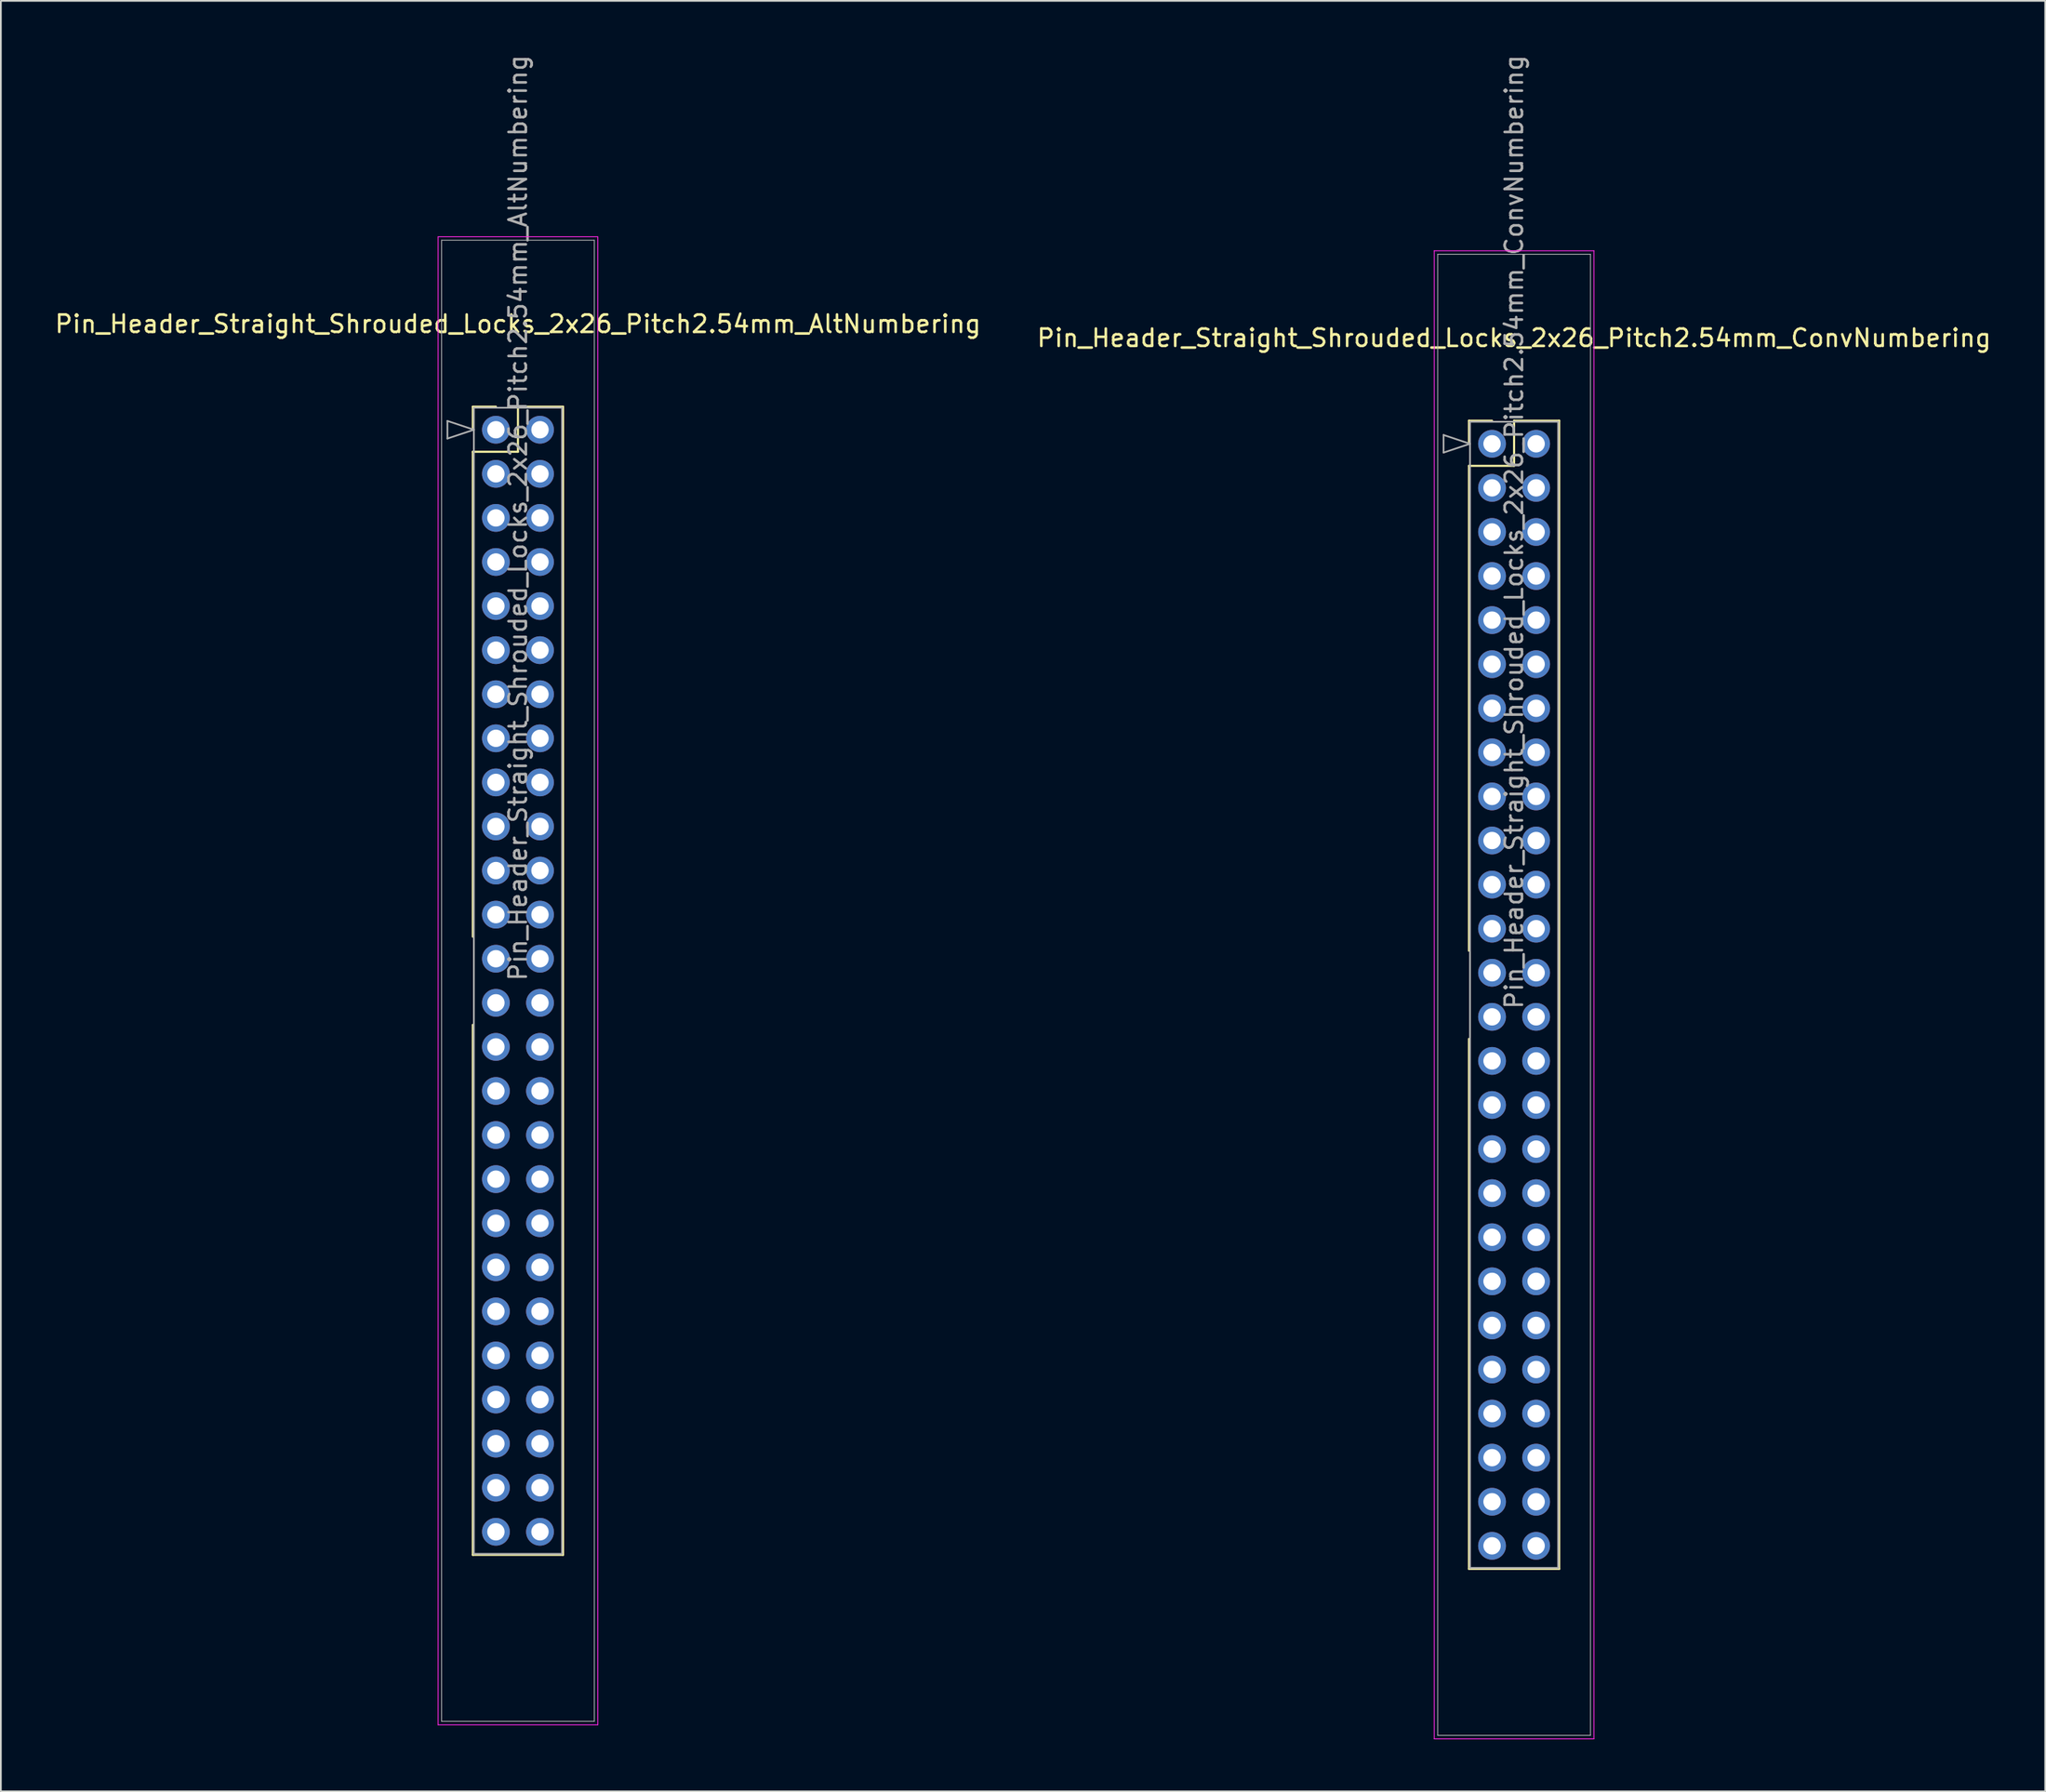
<source format=kicad_pcb>
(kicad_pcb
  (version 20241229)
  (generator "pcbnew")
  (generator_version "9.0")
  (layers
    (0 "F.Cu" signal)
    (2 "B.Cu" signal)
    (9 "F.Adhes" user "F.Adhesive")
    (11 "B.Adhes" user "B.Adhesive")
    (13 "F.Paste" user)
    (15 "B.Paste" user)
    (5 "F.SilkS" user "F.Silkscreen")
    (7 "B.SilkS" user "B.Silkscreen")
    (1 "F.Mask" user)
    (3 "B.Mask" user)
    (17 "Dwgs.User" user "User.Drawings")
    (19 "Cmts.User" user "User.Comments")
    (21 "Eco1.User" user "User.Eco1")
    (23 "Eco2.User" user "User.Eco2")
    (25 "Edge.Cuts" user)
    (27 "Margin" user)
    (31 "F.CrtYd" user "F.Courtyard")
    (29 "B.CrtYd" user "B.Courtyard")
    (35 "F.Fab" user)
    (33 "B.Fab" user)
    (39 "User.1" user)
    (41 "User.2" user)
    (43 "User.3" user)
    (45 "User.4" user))
  (footprint "Pin_Header_Straight_Shrouded_Locks_2x26_Pitch2.54mm_AltNumbering"
    (layer "F.Cu")
    (at 25.522 21.712)
    (property "Reference" "Pin_Header_Straight_Shrouded_Locks_2x26_Pitch2.54mm_AltNumbering" (at 1.27 -6.096 0) (layer "F.SilkS") (effects (font (size 1 1) (thickness 0.15))))
    (attr through_hole)
    (fp_line (start -1.33 -1.33) (end 0 -1.33) (stroke (width 0.12) (type solid)) (layer "F.SilkS"))
    (fp_line (start -1.33 0) (end -1.33 -1.33) (stroke (width 0.12) (type solid)) (layer "F.SilkS"))
    (fp_line (start -1.33 1.27) (end -1.33 29.21) (stroke (width 0.12) (type solid)) (layer "F.SilkS"))
    (fp_line (start -1.33 1.27) (end 1.27 1.27) (stroke (width 0.12) (type solid)) (layer "F.SilkS"))
    (fp_line (start -1.33 34.29) (end -1.33 64.83) (stroke (width 0.12) (type solid)) (layer "F.SilkS"))
    (fp_line (start -1.33 64.83) (end 3.87 64.83) (stroke (width 0.12) (type solid)) (layer "F.SilkS"))
    (fp_line (start 1.27 -1.33) (end 3.87 -1.33) (stroke (width 0.12) (type solid)) (layer "F.SilkS"))
    (fp_line (start 1.27 1.27) (end 1.27 -1.33) (stroke (width 0.12) (type solid)) (layer "F.SilkS"))
    (fp_line (start 3.87 -1.33) (end 3.87 64.83) (stroke (width 0.12) (type solid)) (layer "F.SilkS"))
    (fp_line (start -3.33 -11.12) (end -3.33 74.62) (stroke (width 0.05) (type solid)) (layer "F.CrtYd"))
    (fp_line (start -3.33 74.62) (end 5.87 74.62) (stroke (width 0.05) (type solid)) (layer "F.CrtYd"))
    (fp_line (start 5.87 -11.12) (end -3.33 -11.12) (stroke (width 0.05) (type solid)) (layer "F.CrtYd"))
    (fp_line (start 5.87 74.62) (end 5.87 -11.12) (stroke (width 0.05) (type solid)) (layer "F.CrtYd"))
    (fp_line (start -3.13 -10.92) (end -3.13 74.42) (stroke (width 0.05) (type solid)) (layer "F.Fab"))
    (fp_line (start -3.13 74.42) (end 5.67 74.42) (stroke (width 0.05) (type solid)) (layer "F.Fab"))
    (fp_line (start -2.794 -0.508) (end -1.27 0) (stroke (width 0.1) (type solid)) (layer "F.Fab"))
    (fp_line (start -2.794 0.508) (end -2.794 -0.508) (stroke (width 0.1) (type solid)) (layer "F.Fab"))
    (fp_line (start -1.27 -1.27) (end -1.27 64.77) (stroke (width 0.1) (type solid)) (layer "F.Fab"))
    (fp_line (start -1.27 0) (end -2.794 0.508) (stroke (width 0.1) (type solid)) (layer "F.Fab"))
    (fp_line (start -1.27 64.77) (end 3.81 64.77) (stroke (width 0.1) (type solid)) (layer "F.Fab"))
    (fp_line (start 3.81 -1.27) (end -1.27 -1.27) (stroke (width 0.1) (type solid)) (layer "F.Fab"))
    (fp_line (start 3.81 64.77) (end 3.81 -1.27) (stroke (width 0.1) (type solid)) (layer "F.Fab"))
    (fp_line (start 5.67 -10.92) (end -3.13 -10.92) (stroke (width 0.05) (type solid)) (layer "F.Fab"))
    (fp_line (start 5.67 74.42) (end 5.67 -10.92) (stroke (width 0.05) (type solid)) (layer "F.Fab"))
    (fp_text user "${REFERENCE}" (at 1.27 5.08 90) (layer "F.Fab") (effects (font (size 1 1) (thickness 0.15))))
    (pad "1" thru_hole oval (at 0 0) (size 1.6 1.6) (drill 1) (layers "*.Cu" "*.Mask"))
    (pad "2" thru_hole oval (at 0 2.54) (size 1.6 1.6) (drill 1) (layers "*.Cu" "*.Mask"))
    (pad "3" thru_hole oval (at 0 5.08) (size 1.6 1.6) (drill 1) (layers "*.Cu" "*.Mask"))
    (pad "4" thru_hole oval (at 0 7.62) (size 1.6 1.6) (drill 1) (layers "*.Cu" "*.Mask"))
    (pad "5" thru_hole oval (at 0 10.16) (size 1.6 1.6) (drill 1) (layers "*.Cu" "*.Mask"))
    (pad "6" thru_hole oval (at 0 12.7) (size 1.6 1.6) (drill 1) (layers "*.Cu" "*.Mask"))
    (pad "7" thru_hole oval (at 0 15.24) (size 1.6 1.6) (drill 1) (layers "*.Cu" "*.Mask"))
    (pad "8" thru_hole oval (at 0 17.78) (size 1.6 1.6) (drill 1) (layers "*.Cu" "*.Mask"))
    (pad "9" thru_hole oval (at 0 20.32) (size 1.6 1.6) (drill 1) (layers "*.Cu" "*.Mask"))
    (pad "10" thru_hole oval (at 0 22.86) (size 1.6 1.6) (drill 1) (layers "*.Cu" "*.Mask"))
    (pad "11" thru_hole oval (at 0 25.4) (size 1.6 1.6) (drill 1) (layers "*.Cu" "*.Mask"))
    (pad "12" thru_hole oval (at 0 27.94) (size 1.6 1.6) (drill 1) (layers "*.Cu" "*.Mask"))
    (pad "13" thru_hole oval (at 0 30.48) (size 1.6 1.6) (drill 1) (layers "*.Cu" "*.Mask"))
    (pad "14" thru_hole oval (at 0 33.02) (size 1.6 1.6) (drill 1) (layers "*.Cu" "*.Mask"))
    (pad "15" thru_hole oval (at 0 35.56) (size 1.6 1.6) (drill 1) (layers "*.Cu" "*.Mask"))
    (pad "16" thru_hole oval (at 0 38.1) (size 1.6 1.6) (drill 1) (layers "*.Cu" "*.Mask"))
    (pad "17" thru_hole oval (at 0 40.64) (size 1.6 1.6) (drill 1) (layers "*.Cu" "*.Mask"))
    (pad "18" thru_hole oval (at 0 43.18) (size 1.6 1.6) (drill 1) (layers "*.Cu" "*.Mask"))
    (pad "19" thru_hole oval (at 0 45.72) (size 1.6 1.6) (drill 1) (layers "*.Cu" "*.Mask"))
    (pad "20" thru_hole oval (at 0 48.26) (size 1.6 1.6) (drill 1) (layers "*.Cu" "*.Mask"))
    (pad "21" thru_hole oval (at 0 50.8) (size 1.6 1.6) (drill 1) (layers "*.Cu" "*.Mask"))
    (pad "22" thru_hole oval (at 0 53.34) (size 1.6 1.6) (drill 1) (layers "*.Cu" "*.Mask"))
    (pad "23" thru_hole oval (at 0 55.88) (size 1.6 1.6) (drill 1) (layers "*.Cu" "*.Mask"))
    (pad "24" thru_hole oval (at 0 58.42) (size 1.6 1.6) (drill 1) (layers "*.Cu" "*.Mask"))
    (pad "25" thru_hole oval (at 0 60.96) (size 1.6 1.6) (drill 1) (layers "*.Cu" "*.Mask"))
    (pad "26" thru_hole oval (at 0 63.5) (size 1.6 1.6) (drill 1) (layers "*.Cu" "*.Mask"))
    (pad "27" thru_hole oval (at 2.54 0) (size 1.6 1.6) (drill 1) (layers "*.Cu" "*.Mask"))
    (pad "28" thru_hole oval (at 2.54 2.54) (size 1.6 1.6) (drill 1) (layers "*.Cu" "*.Mask"))
    (pad "29" thru_hole oval (at 2.54 5.08) (size 1.6 1.6) (drill 1) (layers "*.Cu" "*.Mask"))
    (pad "30" thru_hole oval (at 2.54 7.62) (size 1.6 1.6) (drill 1) (layers "*.Cu" "*.Mask"))
    (pad "31" thru_hole oval (at 2.54 10.16) (size 1.6 1.6) (drill 1) (layers "*.Cu" "*.Mask"))
    (pad "32" thru_hole oval (at 2.54 12.7) (size 1.6 1.6) (drill 1) (layers "*.Cu" "*.Mask"))
    (pad "33" thru_hole oval (at 2.54 15.24) (size 1.6 1.6) (drill 1) (layers "*.Cu" "*.Mask"))
    (pad "34" thru_hole oval (at 2.54 17.78) (size 1.6 1.6) (drill 1) (layers "*.Cu" "*.Mask"))
    (pad "35" thru_hole oval (at 2.54 20.32) (size 1.6 1.6) (drill 1) (layers "*.Cu" "*.Mask"))
    (pad "36" thru_hole oval (at 2.54 22.86) (size 1.6 1.6) (drill 1) (layers "*.Cu" "*.Mask"))
    (pad "37" thru_hole oval (at 2.54 25.4) (size 1.6 1.6) (drill 1) (layers "*.Cu" "*.Mask"))
    (pad "38" thru_hole oval (at 2.54 27.94) (size 1.6 1.6) (drill 1) (layers "*.Cu" "*.Mask"))
    (pad "39" thru_hole oval (at 2.54 30.48) (size 1.6 1.6) (drill 1) (layers "*.Cu" "*.Mask"))
    (pad "40" thru_hole oval (at 2.54 33.02) (size 1.6 1.6) (drill 1) (layers "*.Cu" "*.Mask"))
    (pad "41" thru_hole oval (at 2.54 35.56) (size 1.6 1.6) (drill 1) (layers "*.Cu" "*.Mask"))
    (pad "42" thru_hole oval (at 2.54 38.1) (size 1.6 1.6) (drill 1) (layers "*.Cu" "*.Mask"))
    (pad "43" thru_hole oval (at 2.54 40.64) (size 1.6 1.6) (drill 1) (layers "*.Cu" "*.Mask"))
    (pad "44" thru_hole oval (at 2.54 43.18) (size 1.6 1.6) (drill 1) (layers "*.Cu" "*.Mask"))
    (pad "45" thru_hole oval (at 2.54 45.72) (size 1.6 1.6) (drill 1) (layers "*.Cu" "*.Mask"))
    (pad "46" thru_hole oval (at 2.54 48.26) (size 1.6 1.6) (drill 1) (layers "*.Cu" "*.Mask"))
    (pad "47" thru_hole oval (at 2.54 50.8) (size 1.6 1.6) (drill 1) (layers "*.Cu" "*.Mask"))
    (pad "48" thru_hole oval (at 2.54 53.34) (size 1.6 1.6) (drill 1) (layers "*.Cu" "*.Mask"))
    (pad "49" thru_hole oval (at 2.54 55.88) (size 1.6 1.6) (drill 1) (layers "*.Cu" "*.Mask"))
    (pad "50" thru_hole oval (at 2.54 58.42) (size 1.6 1.6) (drill 1) (layers "*.Cu" "*.Mask"))
    (pad "51" thru_hole oval (at 2.54 60.96) (size 1.6 1.6) (drill 1) (layers "*.Cu" "*.Mask"))
    (pad "52" thru_hole oval (at 2.54 63.5) (size 1.6 1.6) (drill 1) (layers "*.Cu" "*.Mask")))
  (footprint "Pin_Header_Straight_Shrouded_Locks_2x26_Pitch2.54mm_ConvNumbering"
    (layer "F.Cu")
    (at 82.915 22.521)
    (property "Reference" "Pin_Header_Straight_Shrouded_Locks_2x26_Pitch2.54mm_ConvNumbering" (at 1.27 -6.096 0) (layer "F.SilkS") (effects (font (size 1 1) (thickness 0.15))))
    (attr through_hole)
    (fp_line (start -1.33 -1.33) (end 0 -1.33) (stroke (width 0.12) (type solid)) (layer "F.SilkS"))
    (fp_line (start -1.33 0) (end -1.33 -1.33) (stroke (width 0.12) (type solid)) (layer "F.SilkS"))
    (fp_line (start -1.33 1.27) (end -1.33 29.21) (stroke (width 0.12) (type solid)) (layer "F.SilkS"))
    (fp_line (start -1.33 1.27) (end 1.27 1.27) (stroke (width 0.12) (type solid)) (layer "F.SilkS"))
    (fp_line (start -1.33 34.29) (end -1.33 64.83) (stroke (width 0.12) (type solid)) (layer "F.SilkS"))
    (fp_line (start -1.33 64.83) (end 3.87 64.83) (stroke (width 0.12) (type solid)) (layer "F.SilkS"))
    (fp_line (start 1.27 -1.33) (end 3.87 -1.33) (stroke (width 0.12) (type solid)) (layer "F.SilkS"))
    (fp_line (start 1.27 1.27) (end 1.27 -1.33) (stroke (width 0.12) (type solid)) (layer "F.SilkS"))
    (fp_line (start 3.87 -1.33) (end 3.87 64.83) (stroke (width 0.12) (type solid)) (layer "F.SilkS"))
    (fp_line (start -3.33 -11.12) (end -3.33 74.62) (stroke (width 0.05) (type solid)) (layer "F.CrtYd"))
    (fp_line (start -3.33 74.62) (end 5.87 74.62) (stroke (width 0.05) (type solid)) (layer "F.CrtYd"))
    (fp_line (start 5.87 -11.12) (end -3.33 -11.12) (stroke (width 0.05) (type solid)) (layer "F.CrtYd"))
    (fp_line (start 5.87 74.62) (end 5.87 -11.12) (stroke (width 0.05) (type solid)) (layer "F.CrtYd"))
    (fp_line (start -3.13 -10.92) (end -3.13 74.42) (stroke (width 0.05) (type solid)) (layer "F.Fab"))
    (fp_line (start -3.13 74.42) (end 5.67 74.42) (stroke (width 0.05) (type solid)) (layer "F.Fab"))
    (fp_line (start -2.794 -0.508) (end -1.27 0) (stroke (width 0.1) (type solid)) (layer "F.Fab"))
    (fp_line (start -2.794 0.508) (end -2.794 -0.508) (stroke (width 0.1) (type solid)) (layer "F.Fab"))
    (fp_line (start -1.27 -1.27) (end -1.27 64.77) (stroke (width 0.1) (type solid)) (layer "F.Fab"))
    (fp_line (start -1.27 0) (end -2.794 0.508) (stroke (width 0.1) (type solid)) (layer "F.Fab"))
    (fp_line (start -1.27 64.77) (end 3.81 64.77) (stroke (width 0.1) (type solid)) (layer "F.Fab"))
    (fp_line (start 3.81 -1.27) (end -1.27 -1.27) (stroke (width 0.1) (type solid)) (layer "F.Fab"))
    (fp_line (start 3.81 64.77) (end 3.81 -1.27) (stroke (width 0.1) (type solid)) (layer "F.Fab"))
    (fp_line (start 5.67 -10.92) (end -3.13 -10.92) (stroke (width 0.05) (type solid)) (layer "F.Fab"))
    (fp_line (start 5.67 74.42) (end 5.67 -10.92) (stroke (width 0.05) (type solid)) (layer "F.Fab"))
    (fp_text user "${REFERENCE}" (at 1.27 5.08 90) (layer "F.Fab") (effects (font (size 1 1) (thickness 0.15))))
    (pad "1" thru_hole oval (at 0 0) (size 1.6 1.6) (drill 1) (layers "*.Cu" "*.Mask"))
    (pad "2" thru_hole oval (at 2.54 0) (size 1.6 1.6) (drill 1) (layers "*.Cu" "*.Mask"))
    (pad "3" thru_hole oval (at 0 2.54) (size 1.6 1.6) (drill 1) (layers "*.Cu" "*.Mask"))
    (pad "4" thru_hole oval (at 2.54 2.54) (size 1.6 1.6) (drill 1) (layers "*.Cu" "*.Mask"))
    (pad "5" thru_hole oval (at 0 5.08) (size 1.6 1.6) (drill 1) (layers "*.Cu" "*.Mask"))
    (pad "6" thru_hole oval (at 2.54 5.08) (size 1.6 1.6) (drill 1) (layers "*.Cu" "*.Mask"))
    (pad "7" thru_hole oval (at 0 7.62) (size 1.6 1.6) (drill 1) (layers "*.Cu" "*.Mask"))
    (pad "8" thru_hole oval (at 2.54 7.62) (size 1.6 1.6) (drill 1) (layers "*.Cu" "*.Mask"))
    (pad "9" thru_hole oval (at 0 10.16) (size 1.6 1.6) (drill 1) (layers "*.Cu" "*.Mask"))
    (pad "10" thru_hole oval (at 2.54 10.16) (size 1.6 1.6) (drill 1) (layers "*.Cu" "*.Mask"))
    (pad "11" thru_hole oval (at 0 12.7) (size 1.6 1.6) (drill 1) (layers "*.Cu" "*.Mask"))
    (pad "12" thru_hole oval (at 2.54 12.7) (size 1.6 1.6) (drill 1) (layers "*.Cu" "*.Mask"))
    (pad "13" thru_hole oval (at 0 15.24) (size 1.6 1.6) (drill 1) (layers "*.Cu" "*.Mask"))
    (pad "14" thru_hole oval (at 2.54 15.24) (size 1.6 1.6) (drill 1) (layers "*.Cu" "*.Mask"))
    (pad "15" thru_hole oval (at 0 17.78) (size 1.6 1.6) (drill 1) (layers "*.Cu" "*.Mask"))
    (pad "16" thru_hole oval (at 2.54 17.78) (size 1.6 1.6) (drill 1) (layers "*.Cu" "*.Mask"))
    (pad "17" thru_hole oval (at 0 20.32) (size 1.6 1.6) (drill 1) (layers "*.Cu" "*.Mask"))
    (pad "18" thru_hole oval (at 2.54 20.32) (size 1.6 1.6) (drill 1) (layers "*.Cu" "*.Mask"))
    (pad "19" thru_hole oval (at 0 22.86) (size 1.6 1.6) (drill 1) (layers "*.Cu" "*.Mask"))
    (pad "20" thru_hole oval (at 2.54 22.86) (size 1.6 1.6) (drill 1) (layers "*.Cu" "*.Mask"))
    (pad "21" thru_hole oval (at 0 25.4) (size 1.6 1.6) (drill 1) (layers "*.Cu" "*.Mask"))
    (pad "22" thru_hole oval (at 2.54 25.4) (size 1.6 1.6) (drill 1) (layers "*.Cu" "*.Mask"))
    (pad "23" thru_hole oval (at 0 27.94) (size 1.6 1.6) (drill 1) (layers "*.Cu" "*.Mask"))
    (pad "24" thru_hole oval (at 2.54 27.94) (size 1.6 1.6) (drill 1) (layers "*.Cu" "*.Mask"))
    (pad "25" thru_hole oval (at 0 30.48) (size 1.6 1.6) (drill 1) (layers "*.Cu" "*.Mask"))
    (pad "26" thru_hole oval (at 2.54 30.48) (size 1.6 1.6) (drill 1) (layers "*.Cu" "*.Mask"))
    (pad "27" thru_hole oval (at 0 33.02) (size 1.6 1.6) (drill 1) (layers "*.Cu" "*.Mask"))
    (pad "28" thru_hole oval (at 2.54 33.02) (size 1.6 1.6) (drill 1) (layers "*.Cu" "*.Mask"))
    (pad "29" thru_hole oval (at 0 35.56) (size 1.6 1.6) (drill 1) (layers "*.Cu" "*.Mask"))
    (pad "30" thru_hole oval (at 2.54 35.56) (size 1.6 1.6) (drill 1) (layers "*.Cu" "*.Mask"))
    (pad "31" thru_hole oval (at 0 38.1) (size 1.6 1.6) (drill 1) (layers "*.Cu" "*.Mask"))
    (pad "32" thru_hole oval (at 2.54 38.1) (size 1.6 1.6) (drill 1) (layers "*.Cu" "*.Mask"))
    (pad "33" thru_hole oval (at 0 40.64) (size 1.6 1.6) (drill 1) (layers "*.Cu" "*.Mask"))
    (pad "34" thru_hole oval (at 2.54 40.64) (size 1.6 1.6) (drill 1) (layers "*.Cu" "*.Mask"))
    (pad "35" thru_hole oval (at 0 43.18) (size 1.6 1.6) (drill 1) (layers "*.Cu" "*.Mask"))
    (pad "36" thru_hole oval (at 2.54 43.18) (size 1.6 1.6) (drill 1) (layers "*.Cu" "*.Mask"))
    (pad "37" thru_hole oval (at 0 45.72) (size 1.6 1.6) (drill 1) (layers "*.Cu" "*.Mask"))
    (pad "38" thru_hole oval (at 2.54 45.72) (size 1.6 1.6) (drill 1) (layers "*.Cu" "*.Mask"))
    (pad "39" thru_hole oval (at 0 48.26) (size 1.6 1.6) (drill 1) (layers "*.Cu" "*.Mask"))
    (pad "40" thru_hole oval (at 2.54 48.26) (size 1.6 1.6) (drill 1) (layers "*.Cu" "*.Mask"))
    (pad "41" thru_hole oval (at 0 50.8) (size 1.6 1.6) (drill 1) (layers "*.Cu" "*.Mask"))
    (pad "42" thru_hole oval (at 2.54 50.8) (size 1.6 1.6) (drill 1) (layers "*.Cu" "*.Mask"))
    (pad "43" thru_hole oval (at 0 53.34) (size 1.6 1.6) (drill 1) (layers "*.Cu" "*.Mask"))
    (pad "44" thru_hole oval (at 2.54 53.34) (size 1.6 1.6) (drill 1) (layers "*.Cu" "*.Mask"))
    (pad "45" thru_hole oval (at 0 55.88) (size 1.6 1.6) (drill 1) (layers "*.Cu" "*.Mask"))
    (pad "46" thru_hole oval (at 2.54 55.88) (size 1.6 1.6) (drill 1) (layers "*.Cu" "*.Mask"))
    (pad "47" thru_hole oval (at 0 58.42) (size 1.6 1.6) (drill 1) (layers "*.Cu" "*.Mask"))
    (pad "48" thru_hole oval (at 2.54 58.42) (size 1.6 1.6) (drill 1) (layers "*.Cu" "*.Mask"))
    (pad "49" thru_hole oval (at 0 60.96) (size 1.6 1.6) (drill 1) (layers "*.Cu" "*.Mask"))
    (pad "50" thru_hole oval (at 2.54 60.96) (size 1.6 1.6) (drill 1) (layers "*.Cu" "*.Mask"))
    (pad "51" thru_hole oval (at 0 63.5) (size 1.6 1.6) (drill 1) (layers "*.Cu" "*.Mask"))
    (pad "52" thru_hole oval (at 2.54 63.5) (size 1.6 1.6) (drill 1) (layers "*.Cu" "*.Mask")))
  (gr_rect
    (start -3 -3)
    (end 114.786 100.166)
    (stroke (width 0.1) (type default))
    (fill no)
    (layer "Edge.Cuts")))
</source>
